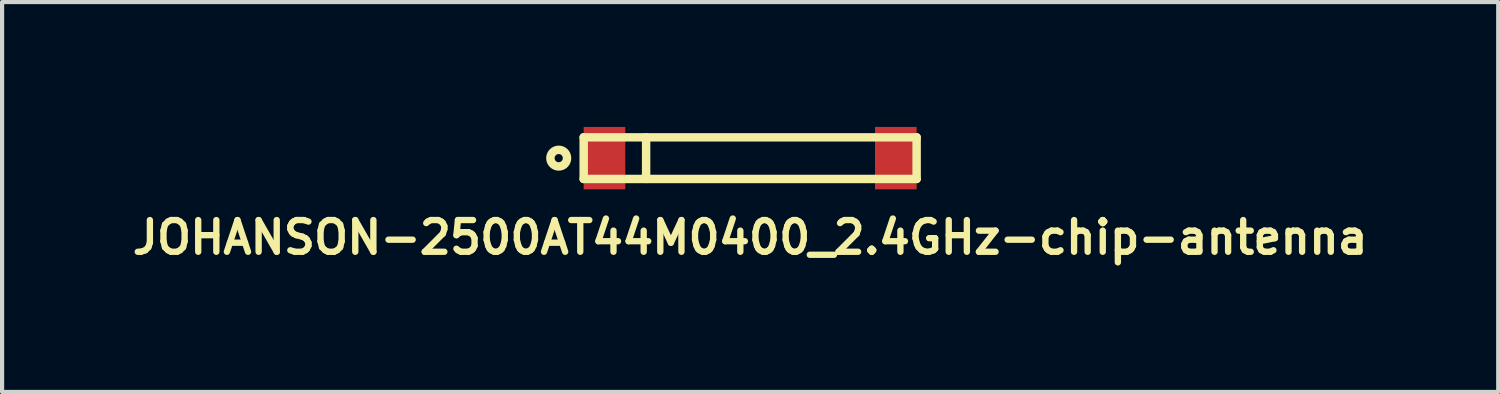
<source format=kicad_pcb>
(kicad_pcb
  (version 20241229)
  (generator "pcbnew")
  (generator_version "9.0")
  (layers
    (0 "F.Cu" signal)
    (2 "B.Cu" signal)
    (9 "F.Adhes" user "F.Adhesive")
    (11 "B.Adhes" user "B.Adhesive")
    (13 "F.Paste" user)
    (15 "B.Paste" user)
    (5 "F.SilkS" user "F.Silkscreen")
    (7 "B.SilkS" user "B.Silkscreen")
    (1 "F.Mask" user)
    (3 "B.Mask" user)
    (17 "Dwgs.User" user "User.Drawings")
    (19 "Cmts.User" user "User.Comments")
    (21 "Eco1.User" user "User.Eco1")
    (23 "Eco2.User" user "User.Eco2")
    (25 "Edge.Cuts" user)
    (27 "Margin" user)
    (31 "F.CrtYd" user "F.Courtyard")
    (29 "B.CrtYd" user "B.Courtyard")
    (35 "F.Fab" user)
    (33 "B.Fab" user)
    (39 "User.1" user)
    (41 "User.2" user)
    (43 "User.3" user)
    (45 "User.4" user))
  (footprint "JOHANSON-2500AT44M0400_2.4GHz-chip-antenna"
    (layer "F.Cu")
    (at 14.975 0.75)
    (property "Reference" "JOHANSON-2500AT44M0400_2.4GHz-chip-antenna" (at 0 1.905 0) (layer "F.SilkS") (effects (font (size 0.762 0.762) (thickness 0.152))))
    (attr through_hole)
    (fp_line (start -4 -0.5) (end -4 0.5) (stroke (width 0.203) (type solid)) (layer "F.SilkS"))
    (fp_line (start -4 0.5) (end 4 0.5) (stroke (width 0.203) (type solid)) (layer "F.SilkS"))
    (fp_line (start -2.5 -0.5) (end -2.5 0.5) (stroke (width 0.203) (type solid)) (layer "F.SilkS"))
    (fp_line (start 4 -0.5) (end -4 -0.5) (stroke (width 0.203) (type solid)) (layer "F.SilkS"))
    (fp_line (start 4 0.5) (end 4 -0.5) (stroke (width 0.203) (type solid)) (layer "F.SilkS"))
    (fp_circle (center -4.6 0) (end -4.4 0) (stroke (width 0.203) (type solid)) (fill no) (layer "F.SilkS"))
    (pad "1" smd rect (at -3.5 0) (size 1 1.5) (layers "F.Cu" "F.Mask" "F.Paste"))
    (pad "2" smd rect (at 3.5 0) (size 1 1.5) (layers "F.Cu" "F.Mask" "F.Paste")))
  (gr_rect
    (start -3 -3)
    (end 32.95 6.368)
    (stroke (width 0.1) (type default))
    (fill no)
    (layer "Edge.Cuts")))
</source>
